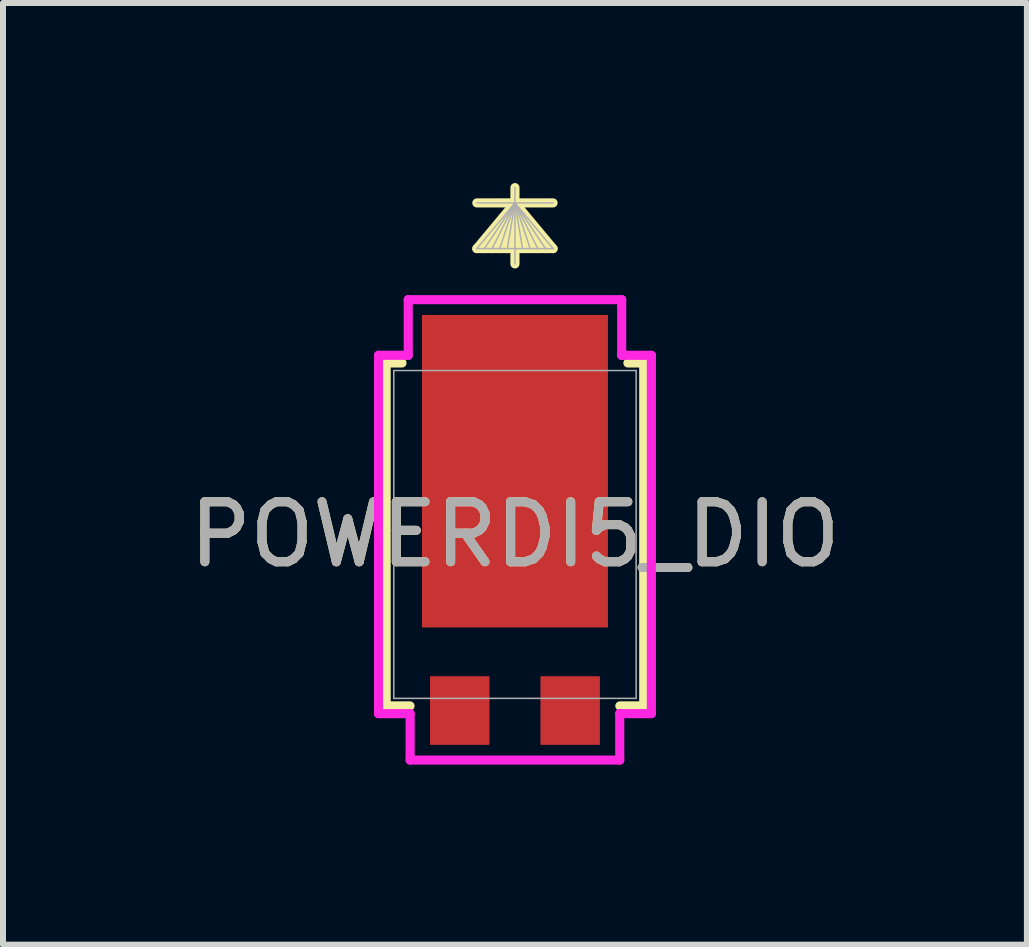
<source format=kicad_pcb>
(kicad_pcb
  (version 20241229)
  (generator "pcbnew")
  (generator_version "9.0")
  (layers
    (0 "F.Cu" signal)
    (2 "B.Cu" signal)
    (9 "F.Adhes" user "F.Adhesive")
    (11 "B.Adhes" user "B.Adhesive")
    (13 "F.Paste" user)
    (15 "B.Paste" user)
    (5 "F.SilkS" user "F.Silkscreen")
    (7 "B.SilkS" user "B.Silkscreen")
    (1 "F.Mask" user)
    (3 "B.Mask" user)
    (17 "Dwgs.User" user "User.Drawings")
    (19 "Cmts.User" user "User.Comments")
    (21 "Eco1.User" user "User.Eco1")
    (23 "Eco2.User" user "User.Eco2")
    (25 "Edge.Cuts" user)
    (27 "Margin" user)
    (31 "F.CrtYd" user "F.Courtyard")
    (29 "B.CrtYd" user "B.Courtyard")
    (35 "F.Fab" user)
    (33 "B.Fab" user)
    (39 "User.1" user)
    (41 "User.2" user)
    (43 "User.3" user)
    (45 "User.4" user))
  (footprint "POWERDI5_DIO"
    (layer "F.Cu")
    (at 5.53 5.855)
    (property "Reference" "POWERDI5_DIO" (at 0 0 0) (unlocked yes) (layer "F.SilkS") (effects (font (size 1 1) (thickness 0.15))))
    (attr smd)
    (fp_line (start -2.146 -2.857) (end -2.146 2.857) (stroke (width 0.152) (type solid)) (layer "F.SilkS"))
    (fp_line (start -2.146 2.857) (end -1.748 2.857) (stroke (width 0.152) (type solid)) (layer "F.SilkS"))
    (fp_line (start -1.882 -2.857) (end -2.146 -2.857) (stroke (width 0.152) (type solid)) (layer "F.SilkS"))
    (fp_line (start 0 -5.524) (end -0.635 -4.763) (stroke (width 0.152) (type solid)) (layer "F.SilkS"))
    (fp_line (start 0 -5.524) (end -0.508 -4.763) (stroke (width 0.152) (type solid)) (layer "F.SilkS"))
    (fp_line (start 0 -5.524) (end -0.381 -4.763) (stroke (width 0.152) (type solid)) (layer "F.SilkS"))
    (fp_line (start 0 -5.524) (end -0.254 -4.763) (stroke (width 0.152) (type solid)) (layer "F.SilkS"))
    (fp_line (start 0 -5.524) (end -0.127 -4.763) (stroke (width 0.152) (type solid)) (layer "F.SilkS"))
    (fp_line (start 0 -5.524) (end 0.127 -4.763) (stroke (width 0.152) (type solid)) (layer "F.SilkS"))
    (fp_line (start 0 -5.524) (end 0.254 -4.763) (stroke (width 0.152) (type solid)) (layer "F.SilkS"))
    (fp_line (start 0 -5.524) (end 0.381 -4.763) (stroke (width 0.152) (type solid)) (layer "F.SilkS"))
    (fp_line (start 0 -5.524) (end 0.508 -4.763) (stroke (width 0.152) (type solid)) (layer "F.SilkS"))
    (fp_line (start 0 -5.524) (end 0.635 -4.763) (stroke (width 0.152) (type solid)) (layer "F.SilkS"))
    (fp_line (start 0 -4.508) (end 0 -5.779) (stroke (width 0.152) (type solid)) (layer "F.SilkS"))
    (fp_line (start 0.635 -5.524) (end -0.635 -5.524) (stroke (width 0.152) (type solid)) (layer "F.SilkS"))
    (fp_line (start 0.635 -4.763) (end -0.635 -4.763) (stroke (width 0.152) (type solid)) (layer "F.SilkS"))
    (fp_line (start 1.748 2.857) (end 2.146 2.857) (stroke (width 0.152) (type solid)) (layer "F.SilkS"))
    (fp_line (start 2.146 -2.857) (end 1.882 -2.857) (stroke (width 0.152) (type solid)) (layer "F.SilkS"))
    (fp_line (start 2.146 2.857) (end 2.146 -2.857) (stroke (width 0.152) (type solid)) (layer "F.SilkS"))
    (fp_line (start -2.273 -2.985) (end -1.778 -2.985) (stroke (width 0.152) (type solid)) (layer "F.CrtYd"))
    (fp_line (start -2.273 2.985) (end -2.273 -2.985) (stroke (width 0.152) (type solid)) (layer "F.CrtYd"))
    (fp_line (start -1.778 -3.912) (end -1.778 -2.985) (stroke (width 0.152) (type solid)) (layer "F.CrtYd"))
    (fp_line (start -1.778 -3.912) (end 1.778 -3.912) (stroke (width 0.152) (type solid)) (layer "F.CrtYd"))
    (fp_line (start -1.746 2.985) (end -2.273 2.985) (stroke (width 0.152) (type solid)) (layer "F.CrtYd"))
    (fp_line (start -1.746 2.985) (end -1.746 3.759) (stroke (width 0.152) (type solid)) (layer "F.CrtYd"))
    (fp_line (start -1.746 3.759) (end 1.746 3.759) (stroke (width 0.152) (type solid)) (layer "F.CrtYd"))
    (fp_line (start 1.746 2.985) (end 1.746 3.759) (stroke (width 0.152) (type solid)) (layer "F.CrtYd"))
    (fp_line (start 1.778 -3.912) (end 1.778 -2.985) (stroke (width 0.152) (type solid)) (layer "F.CrtYd"))
    (fp_line (start 2.273 -2.985) (end 1.778 -2.985) (stroke (width 0.152) (type solid)) (layer "F.CrtYd"))
    (fp_line (start 2.273 -2.985) (end 2.273 2.985) (stroke (width 0.152) (type solid)) (layer "F.CrtYd"))
    (fp_line (start 2.273 2.985) (end 1.746 2.985) (stroke (width 0.152) (type solid)) (layer "F.CrtYd"))
    (fp_line (start -2.019 -2.731) (end -2.019 2.731) (stroke (width 0.025) (type solid)) (layer "F.Fab"))
    (fp_line (start -2.019 2.731) (end 2.019 2.731) (stroke (width 0.025) (type solid)) (layer "F.Fab"))
    (fp_line (start 0 -5.524) (end -0.635 -4.763) (stroke (width 0.025) (type solid)) (layer "F.Fab"))
    (fp_line (start 0 -5.524) (end -0.508 -4.763) (stroke (width 0.025) (type solid)) (layer "F.Fab"))
    (fp_line (start 0 -5.524) (end -0.381 -4.763) (stroke (width 0.025) (type solid)) (layer "F.Fab"))
    (fp_line (start 0 -5.524) (end -0.254 -4.763) (stroke (width 0.025) (type solid)) (layer "F.Fab"))
    (fp_line (start 0 -5.524) (end -0.127 -4.763) (stroke (width 0.025) (type solid)) (layer "F.Fab"))
    (fp_line (start 0 -5.524) (end 0.127 -4.763) (stroke (width 0.025) (type solid)) (layer "F.Fab"))
    (fp_line (start 0 -5.524) (end 0.254 -4.763) (stroke (width 0.025) (type solid)) (layer "F.Fab"))
    (fp_line (start 0 -5.524) (end 0.381 -4.763) (stroke (width 0.025) (type solid)) (layer "F.Fab"))
    (fp_line (start 0 -5.524) (end 0.508 -4.763) (stroke (width 0.025) (type solid)) (layer "F.Fab"))
    (fp_line (start 0 -5.524) (end 0.635 -4.763) (stroke (width 0.025) (type solid)) (layer "F.Fab"))
    (fp_line (start 0 -4.508) (end 0 -5.779) (stroke (width 0.025) (type solid)) (layer "F.Fab"))
    (fp_line (start 0.635 -5.524) (end -0.635 -5.524) (stroke (width 0.025) (type solid)) (layer "F.Fab"))
    (fp_line (start 0.635 -4.763) (end -0.635 -4.763) (stroke (width 0.025) (type solid)) (layer "F.Fab"))
    (fp_line (start 2.019 -2.731) (end -2.019 -2.731) (stroke (width 0.025) (type solid)) (layer "F.Fab"))
    (fp_line (start 2.019 2.731) (end 2.019 -2.731) (stroke (width 0.025) (type solid)) (layer "F.Fab"))
    (fp_text user "${REFERENCE}" (at 0 0 0) (unlocked yes) (layer "F.Fab") (effects (font (size 1 1) (thickness 0.15))))
    (pad "1" smd rect (at -0.92 2.934 90) (size 1.143 0.991) (layers "F.Cu" "F.Mask" "F.Paste"))
    (pad "2" smd rect (at 0.92 2.934 90) (size 1.143 0.991) (layers "F.Cu" "F.Mask" "F.Paste"))
    (pad "3" smd rect (at 0 -1.054 90) (size 5.207 3.099) (layers "F.Cu" "F.Mask" "F.Paste")))
  (gr_rect
    (start -3 -3)
    (end 14.06 12.69)
    (stroke (width 0.1) (type default))
    (fill no)
    (layer "Edge.Cuts")))
</source>
